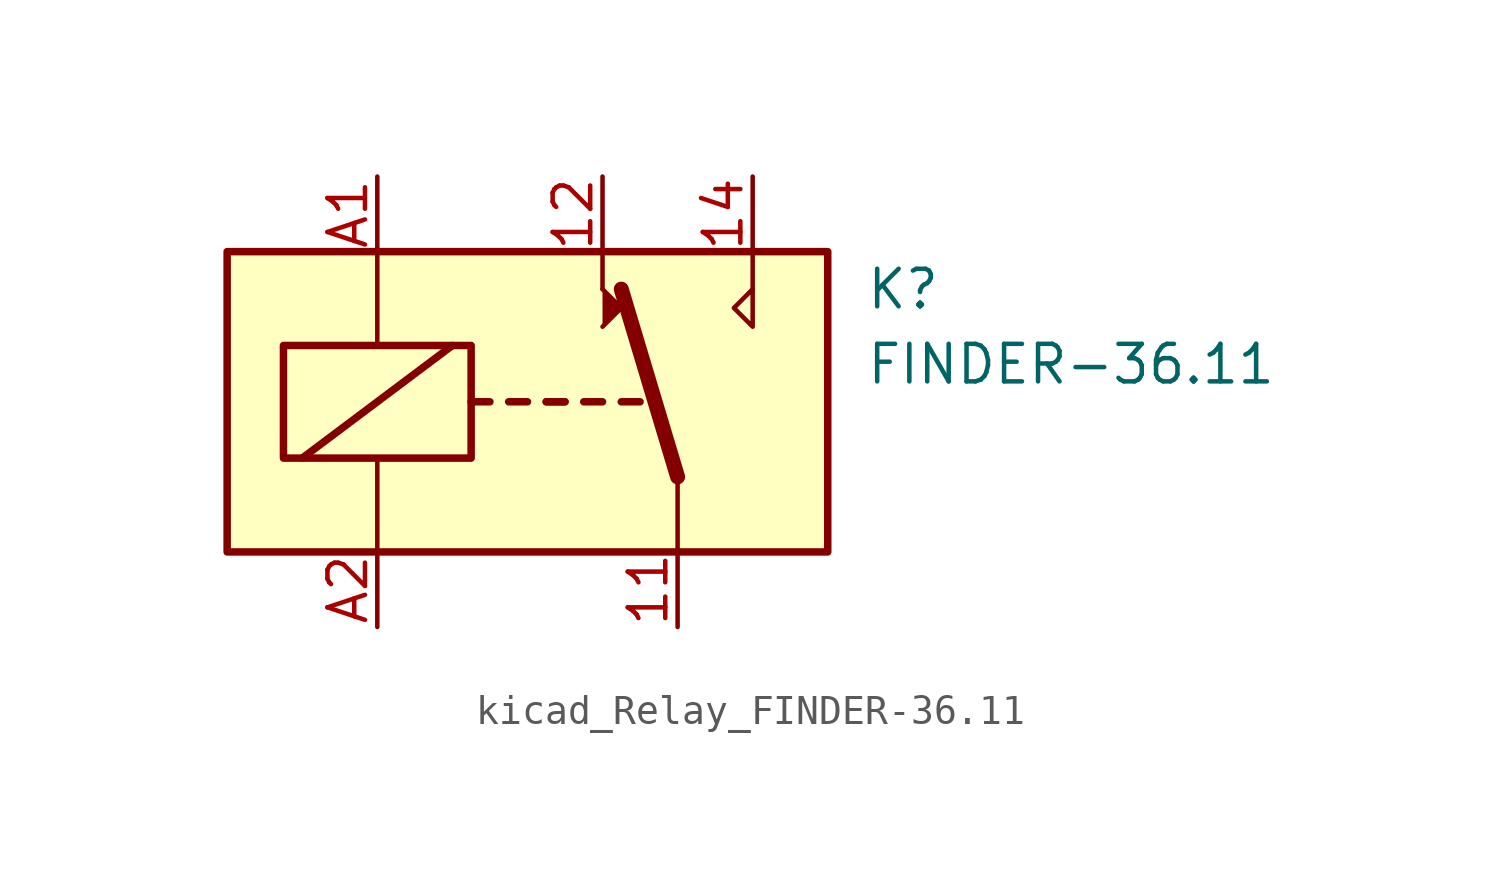
<source format=kicad_sym>
(kicad_symbol_lib
  (version 20220914)
  (generator kicad_symbol_editor)
  (symbol "kicad_Relay_FINDER-36.11"
    (property "Reference" "K"
      (at 11.43 3.81 0)
      (effects (font (size 1.27 1.27)) (justify left)))
    (property "Value" "FINDER-36.11"
      (at 11.43 1.27 0)
      (effects (font (size 1.27 1.27)) (justify left)))
    (symbol "kicad_Relay_FINDER-36.11_0_0"
      (polyline (pts (xy 2.54 3.81) (xy 2.54 5.08)) (stroke (width 0) (type default)) (fill (type none)))
      (polyline (pts (xy 7.62 3.81) (xy 7.62 5.08)) (stroke (width 0) (type default)) (fill (type none)))
      (polyline (pts (xy 7.62 3.81) (xy 7.62 2.54) (xy 6.985 3.175) (xy 7.62 3.81)) (stroke (width 0) (type default)) (fill (type none))))
    (symbol "kicad_Relay_FINDER-36.11_0_1"
      (rectangle (start -10.16 5.08) (end 10.16 -5.08) (stroke (width 0.254) (type default)) (fill (type background)))
      (rectangle (start -8.255 1.905) (end -1.905 -1.905) (stroke (width 0.254) (type default)) (fill (type none)))
      (polyline (pts (xy -7.62 -1.905) (xy -2.54 1.905)) (stroke (width 0.254) (type default)) (fill (type none)))
      (polyline (pts (xy -5.08 -5.08) (xy -5.08 -1.905)) (stroke (width 0) (type default)) (fill (type none)))
      (polyline (pts (xy -5.08 5.08) (xy -5.08 1.905)) (stroke (width 0) (type default)) (fill (type none)))
      (polyline (pts (xy -1.905 0) (xy -1.27 0)) (stroke (width 0.254) (type default)) (fill (type none)))
      (polyline (pts (xy -0.635 0) (xy 0 0)) (stroke (width 0.254) (type default)) (fill (type none)))
      (polyline (pts (xy 0.635 0) (xy 1.27 0)) (stroke (width 0.254) (type default)) (fill (type none)))
      (polyline (pts (xy 0.635 0) (xy 1.27 0)) (stroke (width 0.254) (type default)) (fill (type none)))
      (polyline (pts (xy 1.905 0) (xy 2.54 0)) (stroke (width 0.254) (type default)) (fill (type none)))
      (polyline (pts (xy 3.175 0) (xy 3.81 0)) (stroke (width 0.254) (type default)) (fill (type none)))
      (polyline (pts (xy 5.08 -2.54) (xy 3.175 3.81)) (stroke (width 0.508) (type default)) (fill (type none)))
      (polyline (pts (xy 5.08 -2.54) (xy 5.08 -5.08)) (stroke (width 0) (type default)) (fill (type none)))
      (polyline (pts (xy 2.54 2.54) (xy 3.175 3.175) (xy 2.54 3.81)) (stroke (width 0) (type default)) (fill (type outline))))
    (symbol "kicad_Relay_FINDER-36.11_1_1"
      (pin passive line (at 5.08 -7.62 90) (length 2.54) (name "~" (effects (font (size 1.27 1.27)))) (number "11" (effects (font (size 1.27 1.27)))))
      (pin passive line (at 2.54 7.62 270) (length 2.54) (name "~" (effects (font (size 1.27 1.27)))) (number "12" (effects (font (size 1.27 1.27)))))
      (pin passive line (at 7.62 7.62 270) (length 2.54) (name "~" (effects (font (size 1.27 1.27)))) (number "14" (effects (font (size 1.27 1.27)))))
      (pin passive line (at -5.08 7.62 270) (length 2.54) (name "~" (effects (font (size 1.27 1.27)))) (number "A1" (effects (font (size 1.27 1.27)))))
      (pin passive line (at -5.08 -7.62 90) (length 2.54) (name "~" (effects (font (size 1.27 1.27)))) (number "A2" (effects (font (size 1.27 1.27))))))))
</source>
